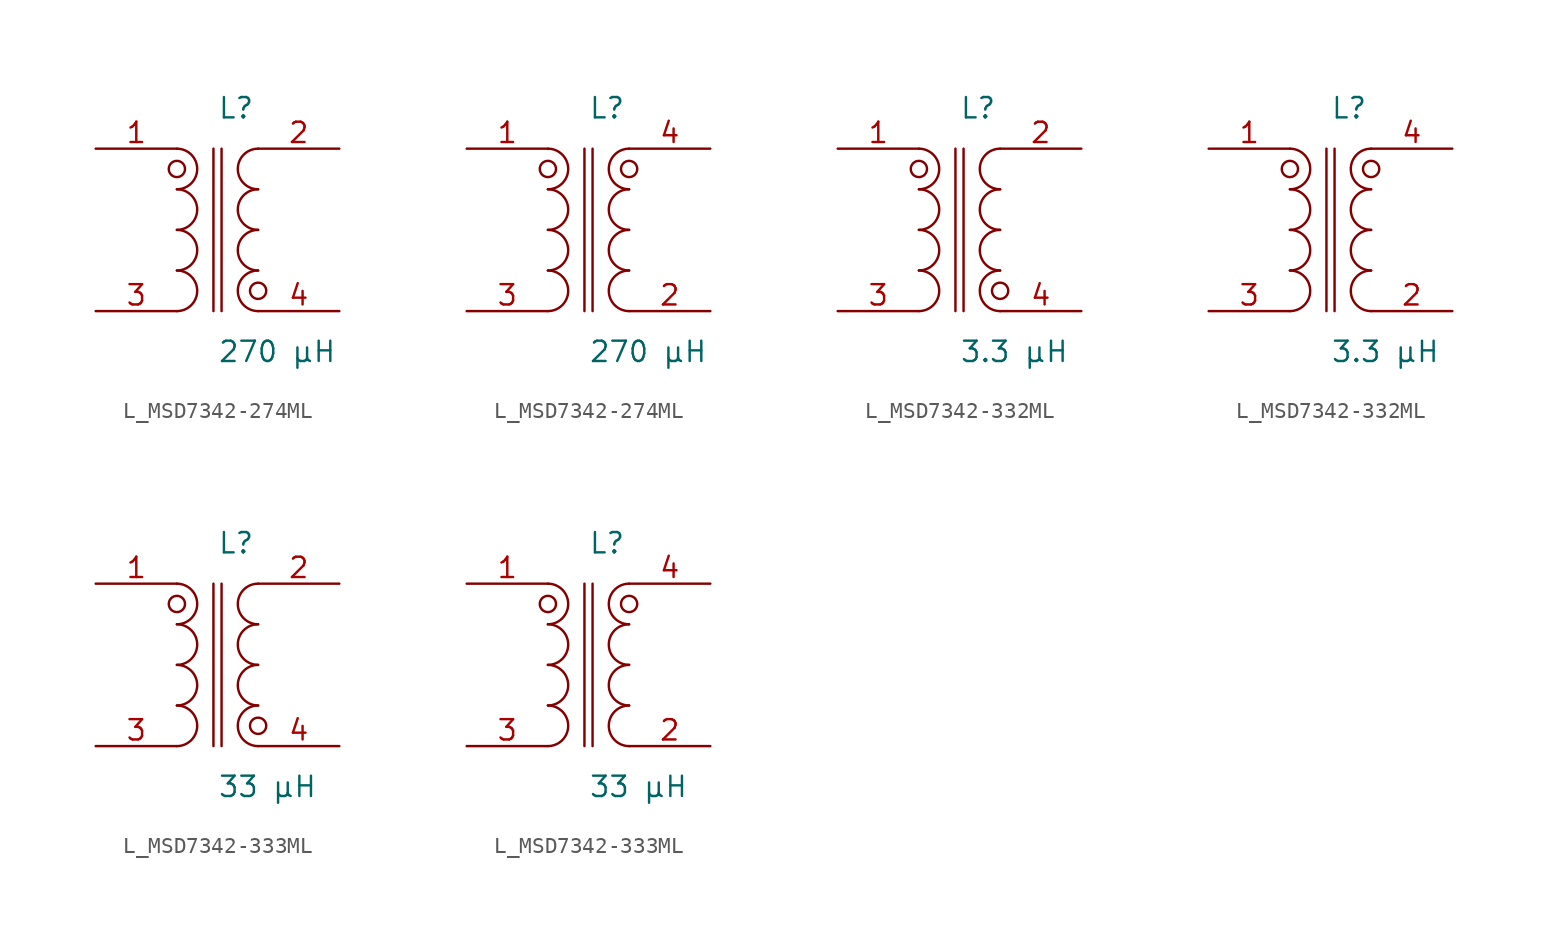
<source format=kicad_sym>
(kicad_symbol_lib
  (version 20231120)
  (generator kicad_symbol_editor)
  (generator_version 8.0)
  (symbol "L_MSD7342-274ML"
    (pin_names
      (offset 0.254))
    (property "Reference" "L"
      (at 0.0 7.62 0)
      (effects (font (size 1.27 1.27)) (justify left)))
    (property "Value" "270 µH"
      (at 0.0 -7.62 0)
      (effects (font (size 1.27 1.27)) (justify left)))
    (symbol "L_MSD7342-274ML_1_1"
      (arc (start -2.54 -5.08) (mid -1.27 -3.81) (end -2.54 -2.54) (stroke (width 0) (type default)) (fill (type none)))
      (arc (start -2.54 -2.54) (mid -1.27 -1.27) (end -2.54 0.0) (stroke (width 0) (type default)) (fill (type none)))
      (arc (start -2.54 0.0) (mid -1.27 1.27) (end -2.54 2.54) (stroke (width 0) (type default)) (fill (type none)))
      (arc (start -2.54 2.54) (mid -1.27 3.81) (end -2.54 5.08) (stroke (width 0) (type default)) (fill (type none)))
      (arc (start 2.54 -5.08) (mid 1.27 -3.81) (end 2.54 -2.54) (stroke (width 0) (type default)) (fill (type none)))
      (arc (start 2.54 -2.54) (mid 1.27 -1.27) (end 2.54 0.0) (stroke (width 0) (type default)) (fill (type none)))
      (arc (start 2.54 0.0) (mid 1.27 1.27) (end 2.54 2.54) (stroke (width 0) (type default)) (fill (type none)))
      (arc (start 2.54 2.54) (mid 1.27 3.81) (end 2.54 5.08) (stroke (width 0) (type default)) (fill (type none)))
      (circle (center -2.54 3.81) (radius 0.508) (stroke (width 0) (type default)) (fill (type none)))
      (circle (center 2.54 -3.81) (radius 0.508) (stroke (width 0) (type default)) (fill (type none)))
      (polyline (pts (xy -0.254 5.08) (xy -0.254 -5.08)) (stroke (width 0) (type default)) (fill (type none)))
      (polyline (pts (xy 0.254 5.08) (xy 0.254 -5.08)) (stroke (width 0) (type default)) (fill (type none)))
      (pin unspecified line (at -7.62 5.08 0) (length 5.08) (name "" (effects (font (size 1.27 1.27)))) (number "1" (effects (font (size 1.27 1.27)))))
      (pin unspecified line (at -7.62 -5.08 0) (length 5.08) (name "" (effects (font (size 1.27 1.27)))) (number "3" (effects (font (size 1.27 1.27)))))
      (pin unspecified line (at 7.62 5.08 180) (length 5.08) (name "" (effects (font (size 1.27 1.27)))) (number "2" (effects (font (size 1.27 1.27)))))
      (pin unspecified line (at 7.62 -5.08 180) (length 5.08) (name "" (effects (font (size 1.27 1.27)))) (number "4" (effects (font (size 1.27 1.27))))))
    (symbol "L_MSD7342-274ML_1_2"
      (arc (start -2.54 -5.08) (mid -1.27 -3.81) (end -2.54 -2.54) (stroke (width 0) (type default)) (fill (type none)))
      (arc (start -2.54 -2.54) (mid -1.27 -1.27) (end -2.54 0.0) (stroke (width 0) (type default)) (fill (type none)))
      (arc (start -2.54 0.0) (mid -1.27 1.27) (end -2.54 2.54) (stroke (width 0) (type default)) (fill (type none)))
      (arc (start -2.54 2.54) (mid -1.27 3.81) (end -2.54 5.08) (stroke (width 0) (type default)) (fill (type none)))
      (arc (start 2.54 -5.08) (mid 1.27 -3.81) (end 2.54 -2.54) (stroke (width 0) (type default)) (fill (type none)))
      (arc (start 2.54 -2.54) (mid 1.27 -1.27) (end 2.54 0.0) (stroke (width 0) (type default)) (fill (type none)))
      (arc (start 2.54 0.0) (mid 1.27 1.27) (end 2.54 2.54) (stroke (width 0) (type default)) (fill (type none)))
      (arc (start 2.54 2.54) (mid 1.27 3.81) (end 2.54 5.08) (stroke (width 0) (type default)) (fill (type none)))
      (circle (center -2.54 3.81) (radius 0.508) (stroke (width 0) (type default)) (fill (type none)))
      (circle (center 2.54 3.81) (radius 0.508) (stroke (width 0) (type default)) (fill (type none)))
      (polyline (pts (xy -0.254 5.08) (xy -0.254 -5.08)) (stroke (width 0) (type default)) (fill (type none)))
      (polyline (pts (xy 0.254 5.08) (xy 0.254 -5.08)) (stroke (width 0) (type default)) (fill (type none)))
      (pin unspecified line (at -7.62 5.08 0) (length 5.08) (name "" (effects (font (size 1.27 1.27)))) (number "1" (effects (font (size 1.27 1.27)))))
      (pin unspecified line (at -7.62 -5.08 0) (length 5.08) (name "" (effects (font (size 1.27 1.27)))) (number "3" (effects (font (size 1.27 1.27)))))
      (pin unspecified line (at 7.62 -5.08 180) (length 5.08) (name "" (effects (font (size 1.27 1.27)))) (number "2" (effects (font (size 1.27 1.27)))))
      (pin unspecified line (at 7.62 5.08 180) (length 5.08) (name "" (effects (font (size 1.27 1.27)))) (number "4" (effects (font (size 1.27 1.27)))))))
  (symbol "L_MSD7342-332ML"
    (pin_names
      (offset 0.254))
    (property "Reference" "L"
      (at 0.0 7.62 0)
      (effects (font (size 1.27 1.27)) (justify left)))
    (property "Value" "3.3 µH"
      (at 0.0 -7.62 0)
      (effects (font (size 1.27 1.27)) (justify left)))
    (symbol "L_MSD7342-332ML_1_1"
      (arc (start -2.54 -5.08) (mid -1.27 -3.81) (end -2.54 -2.54) (stroke (width 0) (type default)) (fill (type none)))
      (arc (start -2.54 -2.54) (mid -1.27 -1.27) (end -2.54 0.0) (stroke (width 0) (type default)) (fill (type none)))
      (arc (start -2.54 0.0) (mid -1.27 1.27) (end -2.54 2.54) (stroke (width 0) (type default)) (fill (type none)))
      (arc (start -2.54 2.54) (mid -1.27 3.81) (end -2.54 5.08) (stroke (width 0) (type default)) (fill (type none)))
      (arc (start 2.54 -5.08) (mid 1.27 -3.81) (end 2.54 -2.54) (stroke (width 0) (type default)) (fill (type none)))
      (arc (start 2.54 -2.54) (mid 1.27 -1.27) (end 2.54 0.0) (stroke (width 0) (type default)) (fill (type none)))
      (arc (start 2.54 0.0) (mid 1.27 1.27) (end 2.54 2.54) (stroke (width 0) (type default)) (fill (type none)))
      (arc (start 2.54 2.54) (mid 1.27 3.81) (end 2.54 5.08) (stroke (width 0) (type default)) (fill (type none)))
      (circle (center -2.54 3.81) (radius 0.508) (stroke (width 0) (type default)) (fill (type none)))
      (circle (center 2.54 -3.81) (radius 0.508) (stroke (width 0) (type default)) (fill (type none)))
      (polyline (pts (xy -0.254 5.08) (xy -0.254 -5.08)) (stroke (width 0) (type default)) (fill (type none)))
      (polyline (pts (xy 0.254 5.08) (xy 0.254 -5.08)) (stroke (width 0) (type default)) (fill (type none)))
      (pin unspecified line (at -7.62 5.08 0) (length 5.08) (name "" (effects (font (size 1.27 1.27)))) (number "1" (effects (font (size 1.27 1.27)))))
      (pin unspecified line (at -7.62 -5.08 0) (length 5.08) (name "" (effects (font (size 1.27 1.27)))) (number "3" (effects (font (size 1.27 1.27)))))
      (pin unspecified line (at 7.62 5.08 180) (length 5.08) (name "" (effects (font (size 1.27 1.27)))) (number "2" (effects (font (size 1.27 1.27)))))
      (pin unspecified line (at 7.62 -5.08 180) (length 5.08) (name "" (effects (font (size 1.27 1.27)))) (number "4" (effects (font (size 1.27 1.27))))))
    (symbol "L_MSD7342-332ML_1_2"
      (arc (start -2.54 -5.08) (mid -1.27 -3.81) (end -2.54 -2.54) (stroke (width 0) (type default)) (fill (type none)))
      (arc (start -2.54 -2.54) (mid -1.27 -1.27) (end -2.54 0.0) (stroke (width 0) (type default)) (fill (type none)))
      (arc (start -2.54 0.0) (mid -1.27 1.27) (end -2.54 2.54) (stroke (width 0) (type default)) (fill (type none)))
      (arc (start -2.54 2.54) (mid -1.27 3.81) (end -2.54 5.08) (stroke (width 0) (type default)) (fill (type none)))
      (arc (start 2.54 -5.08) (mid 1.27 -3.81) (end 2.54 -2.54) (stroke (width 0) (type default)) (fill (type none)))
      (arc (start 2.54 -2.54) (mid 1.27 -1.27) (end 2.54 0.0) (stroke (width 0) (type default)) (fill (type none)))
      (arc (start 2.54 0.0) (mid 1.27 1.27) (end 2.54 2.54) (stroke (width 0) (type default)) (fill (type none)))
      (arc (start 2.54 2.54) (mid 1.27 3.81) (end 2.54 5.08) (stroke (width 0) (type default)) (fill (type none)))
      (circle (center -2.54 3.81) (radius 0.508) (stroke (width 0) (type default)) (fill (type none)))
      (circle (center 2.54 3.81) (radius 0.508) (stroke (width 0) (type default)) (fill (type none)))
      (polyline (pts (xy -0.254 5.08) (xy -0.254 -5.08)) (stroke (width 0) (type default)) (fill (type none)))
      (polyline (pts (xy 0.254 5.08) (xy 0.254 -5.08)) (stroke (width 0) (type default)) (fill (type none)))
      (pin unspecified line (at -7.62 5.08 0) (length 5.08) (name "" (effects (font (size 1.27 1.27)))) (number "1" (effects (font (size 1.27 1.27)))))
      (pin unspecified line (at -7.62 -5.08 0) (length 5.08) (name "" (effects (font (size 1.27 1.27)))) (number "3" (effects (font (size 1.27 1.27)))))
      (pin unspecified line (at 7.62 -5.08 180) (length 5.08) (name "" (effects (font (size 1.27 1.27)))) (number "2" (effects (font (size 1.27 1.27)))))
      (pin unspecified line (at 7.62 5.08 180) (length 5.08) (name "" (effects (font (size 1.27 1.27)))) (number "4" (effects (font (size 1.27 1.27)))))))
  (symbol "L_MSD7342-333ML"
    (pin_names
      (offset 0.254))
    (property "Reference" "L"
      (at 0.0 7.62 0)
      (effects (font (size 1.27 1.27)) (justify left)))
    (property "Value" "33 µH"
      (at 0.0 -7.62 0)
      (effects (font (size 1.27 1.27)) (justify left)))
    (symbol "L_MSD7342-333ML_1_1"
      (arc (start -2.54 -5.08) (mid -1.27 -3.81) (end -2.54 -2.54) (stroke (width 0) (type default)) (fill (type none)))
      (arc (start -2.54 -2.54) (mid -1.27 -1.27) (end -2.54 0.0) (stroke (width 0) (type default)) (fill (type none)))
      (arc (start -2.54 0.0) (mid -1.27 1.27) (end -2.54 2.54) (stroke (width 0) (type default)) (fill (type none)))
      (arc (start -2.54 2.54) (mid -1.27 3.81) (end -2.54 5.08) (stroke (width 0) (type default)) (fill (type none)))
      (arc (start 2.54 -5.08) (mid 1.27 -3.81) (end 2.54 -2.54) (stroke (width 0) (type default)) (fill (type none)))
      (arc (start 2.54 -2.54) (mid 1.27 -1.27) (end 2.54 0.0) (stroke (width 0) (type default)) (fill (type none)))
      (arc (start 2.54 0.0) (mid 1.27 1.27) (end 2.54 2.54) (stroke (width 0) (type default)) (fill (type none)))
      (arc (start 2.54 2.54) (mid 1.27 3.81) (end 2.54 5.08) (stroke (width 0) (type default)) (fill (type none)))
      (circle (center -2.54 3.81) (radius 0.508) (stroke (width 0) (type default)) (fill (type none)))
      (circle (center 2.54 -3.81) (radius 0.508) (stroke (width 0) (type default)) (fill (type none)))
      (polyline (pts (xy -0.254 5.08) (xy -0.254 -5.08)) (stroke (width 0) (type default)) (fill (type none)))
      (polyline (pts (xy 0.254 5.08) (xy 0.254 -5.08)) (stroke (width 0) (type default)) (fill (type none)))
      (pin unspecified line (at -7.62 5.08 0) (length 5.08) (name "" (effects (font (size 1.27 1.27)))) (number "1" (effects (font (size 1.27 1.27)))))
      (pin unspecified line (at -7.62 -5.08 0) (length 5.08) (name "" (effects (font (size 1.27 1.27)))) (number "3" (effects (font (size 1.27 1.27)))))
      (pin unspecified line (at 7.62 5.08 180) (length 5.08) (name "" (effects (font (size 1.27 1.27)))) (number "2" (effects (font (size 1.27 1.27)))))
      (pin unspecified line (at 7.62 -5.08 180) (length 5.08) (name "" (effects (font (size 1.27 1.27)))) (number "4" (effects (font (size 1.27 1.27))))))
    (symbol "L_MSD7342-333ML_1_2"
      (arc (start -2.54 -5.08) (mid -1.27 -3.81) (end -2.54 -2.54) (stroke (width 0) (type default)) (fill (type none)))
      (arc (start -2.54 -2.54) (mid -1.27 -1.27) (end -2.54 0.0) (stroke (width 0) (type default)) (fill (type none)))
      (arc (start -2.54 0.0) (mid -1.27 1.27) (end -2.54 2.54) (stroke (width 0) (type default)) (fill (type none)))
      (arc (start -2.54 2.54) (mid -1.27 3.81) (end -2.54 5.08) (stroke (width 0) (type default)) (fill (type none)))
      (arc (start 2.54 -5.08) (mid 1.27 -3.81) (end 2.54 -2.54) (stroke (width 0) (type default)) (fill (type none)))
      (arc (start 2.54 -2.54) (mid 1.27 -1.27) (end 2.54 0.0) (stroke (width 0) (type default)) (fill (type none)))
      (arc (start 2.54 0.0) (mid 1.27 1.27) (end 2.54 2.54) (stroke (width 0) (type default)) (fill (type none)))
      (arc (start 2.54 2.54) (mid 1.27 3.81) (end 2.54 5.08) (stroke (width 0) (type default)) (fill (type none)))
      (circle (center -2.54 3.81) (radius 0.508) (stroke (width 0) (type default)) (fill (type none)))
      (circle (center 2.54 3.81) (radius 0.508) (stroke (width 0) (type default)) (fill (type none)))
      (polyline (pts (xy -0.254 5.08) (xy -0.254 -5.08)) (stroke (width 0) (type default)) (fill (type none)))
      (polyline (pts (xy 0.254 5.08) (xy 0.254 -5.08)) (stroke (width 0) (type default)) (fill (type none)))
      (pin unspecified line (at -7.62 5.08 0) (length 5.08) (name "" (effects (font (size 1.27 1.27)))) (number "1" (effects (font (size 1.27 1.27)))))
      (pin unspecified line (at -7.62 -5.08 0) (length 5.08) (name "" (effects (font (size 1.27 1.27)))) (number "3" (effects (font (size 1.27 1.27)))))
      (pin unspecified line (at 7.62 -5.08 180) (length 5.08) (name "" (effects (font (size 1.27 1.27)))) (number "2" (effects (font (size 1.27 1.27)))))
      (pin unspecified line (at 7.62 5.08 180) (length 5.08) (name "" (effects (font (size 1.27 1.27)))) (number "4" (effects (font (size 1.27 1.27))))))))
</source>
